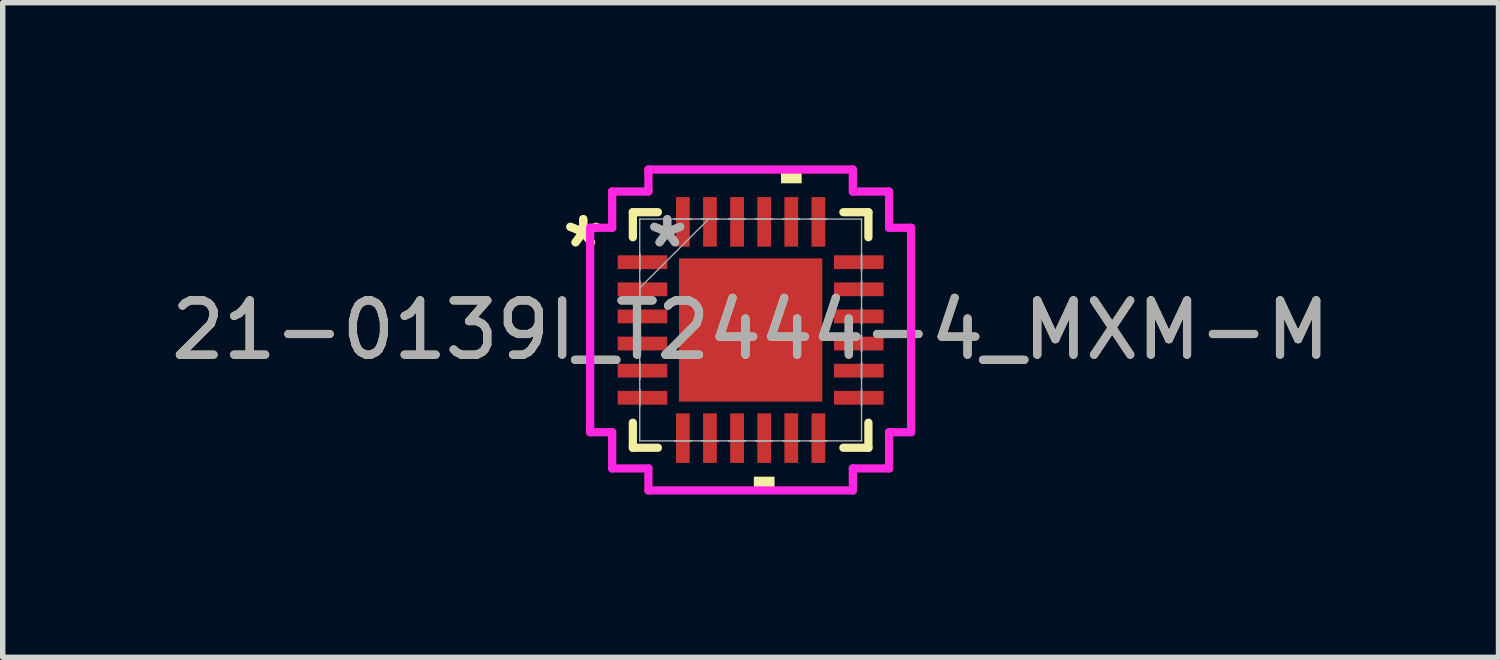
<source format=kicad_pcb>
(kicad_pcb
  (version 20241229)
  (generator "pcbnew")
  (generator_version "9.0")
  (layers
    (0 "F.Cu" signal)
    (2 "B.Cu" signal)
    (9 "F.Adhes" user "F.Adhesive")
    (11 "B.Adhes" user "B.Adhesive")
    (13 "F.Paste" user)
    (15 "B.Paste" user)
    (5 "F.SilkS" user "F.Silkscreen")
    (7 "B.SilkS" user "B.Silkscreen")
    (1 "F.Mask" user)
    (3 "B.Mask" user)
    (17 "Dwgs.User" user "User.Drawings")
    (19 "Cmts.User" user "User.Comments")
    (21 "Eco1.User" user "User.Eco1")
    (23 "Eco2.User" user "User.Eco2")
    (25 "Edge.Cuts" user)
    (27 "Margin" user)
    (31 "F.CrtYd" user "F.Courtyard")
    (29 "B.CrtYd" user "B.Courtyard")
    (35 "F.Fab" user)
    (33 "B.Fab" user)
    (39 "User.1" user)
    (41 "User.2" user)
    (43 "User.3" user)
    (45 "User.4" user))
  (footprint "21-0139I_T2444-4_MXM-M"
    (layer "F.Cu")
    (at 10.792 3.035)
    (property "Reference" "21-0139I_T2444-4_MXM-M" (at 0 0 0) (unlocked yes) (layer "F.SilkS") (effects (font (size 1 1) (thickness 0.15))))
    (attr smd)
    (fp_line (start -2.172 -2.172) (end -2.172 -1.71) (stroke (width 0.152) (type solid)) (layer "F.SilkS"))
    (fp_line (start -2.172 1.71) (end -2.172 2.172) (stroke (width 0.152) (type solid)) (layer "F.SilkS"))
    (fp_line (start -2.172 2.172) (end -1.71 2.172) (stroke (width 0.152) (type solid)) (layer "F.SilkS"))
    (fp_line (start -1.71 -2.172) (end -2.172 -2.172) (stroke (width 0.152) (type solid)) (layer "F.SilkS"))
    (fp_line (start 1.71 2.172) (end 2.172 2.172) (stroke (width 0.152) (type solid)) (layer "F.SilkS"))
    (fp_line (start 2.172 -2.172) (end 1.71 -2.172) (stroke (width 0.152) (type solid)) (layer "F.SilkS"))
    (fp_line (start 2.172 -1.71) (end 2.172 -2.172) (stroke (width 0.152) (type solid)) (layer "F.SilkS"))
    (fp_line (start 2.172 2.172) (end 2.172 1.71) (stroke (width 0.152) (type solid)) (layer "F.SilkS"))
    (fp_poly (pts (xy 0.059 2.705) (xy 0.059 2.959) (xy 0.441 2.959) (xy 0.441 2.705)) (stroke (width 0) (type solid)) (fill yes) (layer "F.SilkS"))
    (fp_poly (pts (xy 0.56 -2.705) (xy 0.56 -2.959) (xy 0.941 -2.959) (xy 0.941 -2.705)) (stroke (width 0) (type solid)) (fill yes) (layer "F.SilkS"))
    (fp_poly (pts (xy -1.221 -1.221) (xy -1.221 -0.1) (xy -0.1 -0.1) (xy -0.1 -1.221)) (stroke (width 0) (type solid)) (fill yes) (layer "F.Paste"))
    (fp_poly (pts (xy -1.221 0.1) (xy -1.221 1.221) (xy -0.1 1.221) (xy -0.1 0.1)) (stroke (width 0) (type solid)) (fill yes) (layer "F.Paste"))
    (fp_poly (pts (xy 0.1 -1.221) (xy 0.1 -0.1) (xy 1.221 -0.1) (xy 1.221 -1.221)) (stroke (width 0) (type solid)) (fill yes) (layer "F.Paste"))
    (fp_poly (pts (xy 0.1 0.1) (xy 0.1 1.221) (xy 1.221 1.221) (xy 1.221 0.1)) (stroke (width 0) (type solid)) (fill yes) (layer "F.Paste"))
    (fp_line (start -2.959 -1.885) (end -2.553 -1.885) (stroke (width 0.152) (type solid)) (layer "F.CrtYd"))
    (fp_line (start -2.959 1.885) (end -2.959 -1.885) (stroke (width 0.152) (type solid)) (layer "F.CrtYd"))
    (fp_line (start -2.553 -2.553) (end -1.885 -2.553) (stroke (width 0.152) (type solid)) (layer "F.CrtYd"))
    (fp_line (start -2.553 -1.885) (end -2.553 -2.553) (stroke (width 0.152) (type solid)) (layer "F.CrtYd"))
    (fp_line (start -2.553 1.885) (end -2.959 1.885) (stroke (width 0.152) (type solid)) (layer "F.CrtYd"))
    (fp_line (start -2.553 2.553) (end -2.553 1.885) (stroke (width 0.152) (type solid)) (layer "F.CrtYd"))
    (fp_line (start -1.885 -2.959) (end 1.885 -2.959) (stroke (width 0.152) (type solid)) (layer "F.CrtYd"))
    (fp_line (start -1.885 -2.553) (end -1.885 -2.959) (stroke (width 0.152) (type solid)) (layer "F.CrtYd"))
    (fp_line (start -1.885 2.553) (end -2.553 2.553) (stroke (width 0.152) (type solid)) (layer "F.CrtYd"))
    (fp_line (start -1.885 2.959) (end -1.885 2.553) (stroke (width 0.152) (type solid)) (layer "F.CrtYd"))
    (fp_line (start 1.885 -2.959) (end 1.885 -2.553) (stroke (width 0.152) (type solid)) (layer "F.CrtYd"))
    (fp_line (start 1.885 -2.553) (end 2.553 -2.553) (stroke (width 0.152) (type solid)) (layer "F.CrtYd"))
    (fp_line (start 1.885 2.553) (end 1.885 2.959) (stroke (width 0.152) (type solid)) (layer "F.CrtYd"))
    (fp_line (start 1.885 2.959) (end -1.885 2.959) (stroke (width 0.152) (type solid)) (layer "F.CrtYd"))
    (fp_line (start 2.553 -2.553) (end 2.553 -1.885) (stroke (width 0.152) (type solid)) (layer "F.CrtYd"))
    (fp_line (start 2.553 -1.885) (end 2.959 -1.885) (stroke (width 0.152) (type solid)) (layer "F.CrtYd"))
    (fp_line (start 2.553 1.885) (end 2.553 2.553) (stroke (width 0.152) (type solid)) (layer "F.CrtYd"))
    (fp_line (start 2.553 2.553) (end 1.885 2.553) (stroke (width 0.152) (type solid)) (layer "F.CrtYd"))
    (fp_line (start 2.959 -1.885) (end 2.959 1.885) (stroke (width 0.152) (type solid)) (layer "F.CrtYd"))
    (fp_line (start 2.959 1.885) (end 2.553 1.885) (stroke (width 0.152) (type solid)) (layer "F.CrtYd"))
    (fp_line (start -2.045 -2.045) (end -2.045 -2.045) (stroke (width 0.025) (type solid)) (layer "F.Fab"))
    (fp_line (start -2.045 -2.045) (end -2.045 2.045) (stroke (width 0.025) (type solid)) (layer "F.Fab"))
    (fp_line (start -2.045 -1.402) (end -2.045 -1.402) (stroke (width 0.025) (type solid)) (layer "F.Fab"))
    (fp_line (start -2.045 -1.402) (end -2.045 -1.098) (stroke (width 0.025) (type solid)) (layer "F.Fab"))
    (fp_line (start -2.045 -1.098) (end -2.045 -1.402) (stroke (width 0.025) (type solid)) (layer "F.Fab"))
    (fp_line (start -2.045 -1.098) (end -2.045 -1.098) (stroke (width 0.025) (type solid)) (layer "F.Fab"))
    (fp_line (start -2.045 -0.902) (end -2.045 -0.902) (stroke (width 0.025) (type solid)) (layer "F.Fab"))
    (fp_line (start -2.045 -0.902) (end -2.045 -0.598) (stroke (width 0.025) (type solid)) (layer "F.Fab"))
    (fp_line (start -2.045 -0.775) (end -0.775 -2.045) (stroke (width 0.025) (type solid)) (layer "F.Fab"))
    (fp_line (start -2.045 -0.598) (end -2.045 -0.902) (stroke (width 0.025) (type solid)) (layer "F.Fab"))
    (fp_line (start -2.045 -0.598) (end -2.045 -0.598) (stroke (width 0.025) (type solid)) (layer "F.Fab"))
    (fp_line (start -2.045 -0.402) (end -2.045 -0.402) (stroke (width 0.025) (type solid)) (layer "F.Fab"))
    (fp_line (start -2.045 -0.402) (end -2.045 -0.098) (stroke (width 0.025) (type solid)) (layer "F.Fab"))
    (fp_line (start -2.045 -0.098) (end -2.045 -0.402) (stroke (width 0.025) (type solid)) (layer "F.Fab"))
    (fp_line (start -2.045 -0.098) (end -2.045 -0.098) (stroke (width 0.025) (type solid)) (layer "F.Fab"))
    (fp_line (start -2.045 0.098) (end -2.045 0.098) (stroke (width 0.025) (type solid)) (layer "F.Fab"))
    (fp_line (start -2.045 0.098) (end -2.045 0.402) (stroke (width 0.025) (type solid)) (layer "F.Fab"))
    (fp_line (start -2.045 0.402) (end -2.045 0.098) (stroke (width 0.025) (type solid)) (layer "F.Fab"))
    (fp_line (start -2.045 0.402) (end -2.045 0.402) (stroke (width 0.025) (type solid)) (layer "F.Fab"))
    (fp_line (start -2.045 0.598) (end -2.045 0.598) (stroke (width 0.025) (type solid)) (layer "F.Fab"))
    (fp_line (start -2.045 0.598) (end -2.045 0.902) (stroke (width 0.025) (type solid)) (layer "F.Fab"))
    (fp_line (start -2.045 0.902) (end -2.045 0.598) (stroke (width 0.025) (type solid)) (layer "F.Fab"))
    (fp_line (start -2.045 0.902) (end -2.045 0.902) (stroke (width 0.025) (type solid)) (layer "F.Fab"))
    (fp_line (start -2.045 1.098) (end -2.045 1.098) (stroke (width 0.025) (type solid)) (layer "F.Fab"))
    (fp_line (start -2.045 1.098) (end -2.045 1.402) (stroke (width 0.025) (type solid)) (layer "F.Fab"))
    (fp_line (start -2.045 1.402) (end -2.045 1.098) (stroke (width 0.025) (type solid)) (layer "F.Fab"))
    (fp_line (start -2.045 1.402) (end -2.045 1.402) (stroke (width 0.025) (type solid)) (layer "F.Fab"))
    (fp_line (start -2.045 2.045) (end -2.045 2.045) (stroke (width 0.025) (type solid)) (layer "F.Fab"))
    (fp_line (start -2.045 2.045) (end 2.045 2.045) (stroke (width 0.025) (type solid)) (layer "F.Fab"))
    (fp_line (start -1.402 -2.045) (end -1.402 -2.045) (stroke (width 0.025) (type solid)) (layer "F.Fab"))
    (fp_line (start -1.402 -2.045) (end -1.098 -2.045) (stroke (width 0.025) (type solid)) (layer "F.Fab"))
    (fp_line (start -1.402 2.045) (end -1.402 2.045) (stroke (width 0.025) (type solid)) (layer "F.Fab"))
    (fp_line (start -1.402 2.045) (end -1.098 2.045) (stroke (width 0.025) (type solid)) (layer "F.Fab"))
    (fp_line (start -1.098 -2.045) (end -1.402 -2.045) (stroke (width 0.025) (type solid)) (layer "F.Fab"))
    (fp_line (start -1.098 -2.045) (end -1.098 -2.045) (stroke (width 0.025) (type solid)) (layer "F.Fab"))
    (fp_line (start -1.098 2.045) (end -1.402 2.045) (stroke (width 0.025) (type solid)) (layer "F.Fab"))
    (fp_line (start -1.098 2.045) (end -1.098 2.045) (stroke (width 0.025) (type solid)) (layer "F.Fab"))
    (fp_line (start -0.902 -2.045) (end -0.902 -2.045) (stroke (width 0.025) (type solid)) (layer "F.Fab"))
    (fp_line (start -0.902 -2.045) (end -0.598 -2.045) (stroke (width 0.025) (type solid)) (layer "F.Fab"))
    (fp_line (start -0.902 2.045) (end -0.902 2.045) (stroke (width 0.025) (type solid)) (layer "F.Fab"))
    (fp_line (start -0.902 2.045) (end -0.598 2.045) (stroke (width 0.025) (type solid)) (layer "F.Fab"))
    (fp_line (start -0.598 -2.045) (end -0.902 -2.045) (stroke (width 0.025) (type solid)) (layer "F.Fab"))
    (fp_line (start -0.598 -2.045) (end -0.598 -2.045) (stroke (width 0.025) (type solid)) (layer "F.Fab"))
    (fp_line (start -0.598 2.045) (end -0.902 2.045) (stroke (width 0.025) (type solid)) (layer "F.Fab"))
    (fp_line (start -0.598 2.045) (end -0.598 2.045) (stroke (width 0.025) (type solid)) (layer "F.Fab"))
    (fp_line (start -0.402 -2.045) (end -0.402 -2.045) (stroke (width 0.025) (type solid)) (layer "F.Fab"))
    (fp_line (start -0.402 -2.045) (end -0.098 -2.045) (stroke (width 0.025) (type solid)) (layer "F.Fab"))
    (fp_line (start -0.402 2.045) (end -0.402 2.045) (stroke (width 0.025) (type solid)) (layer "F.Fab"))
    (fp_line (start -0.402 2.045) (end -0.098 2.045) (stroke (width 0.025) (type solid)) (layer "F.Fab"))
    (fp_line (start -0.098 -2.045) (end -0.402 -2.045) (stroke (width 0.025) (type solid)) (layer "F.Fab"))
    (fp_line (start -0.098 -2.045) (end -0.098 -2.045) (stroke (width 0.025) (type solid)) (layer "F.Fab"))
    (fp_line (start -0.098 2.045) (end -0.402 2.045) (stroke (width 0.025) (type solid)) (layer "F.Fab"))
    (fp_line (start -0.098 2.045) (end -0.098 2.045) (stroke (width 0.025) (type solid)) (layer "F.Fab"))
    (fp_line (start 0.098 -2.045) (end 0.098 -2.045) (stroke (width 0.025) (type solid)) (layer "F.Fab"))
    (fp_line (start 0.098 -2.045) (end 0.402 -2.045) (stroke (width 0.025) (type solid)) (layer "F.Fab"))
    (fp_line (start 0.098 2.045) (end 0.098 2.045) (stroke (width 0.025) (type solid)) (layer "F.Fab"))
    (fp_line (start 0.098 2.045) (end 0.402 2.045) (stroke (width 0.025) (type solid)) (layer "F.Fab"))
    (fp_line (start 0.402 -2.045) (end 0.098 -2.045) (stroke (width 0.025) (type solid)) (layer "F.Fab"))
    (fp_line (start 0.402 -2.045) (end 0.402 -2.045) (stroke (width 0.025) (type solid)) (layer "F.Fab"))
    (fp_line (start 0.402 2.045) (end 0.098 2.045) (stroke (width 0.025) (type solid)) (layer "F.Fab"))
    (fp_line (start 0.402 2.045) (end 0.402 2.045) (stroke (width 0.025) (type solid)) (layer "F.Fab"))
    (fp_line (start 0.598 -2.045) (end 0.598 -2.045) (stroke (width 0.025) (type solid)) (layer "F.Fab"))
    (fp_line (start 0.598 -2.045) (end 0.902 -2.045) (stroke (width 0.025) (type solid)) (layer "F.Fab"))
    (fp_line (start 0.598 2.045) (end 0.598 2.045) (stroke (width 0.025) (type solid)) (layer "F.Fab"))
    (fp_line (start 0.598 2.045) (end 0.902 2.045) (stroke (width 0.025) (type solid)) (layer "F.Fab"))
    (fp_line (start 0.902 -2.045) (end 0.598 -2.045) (stroke (width 0.025) (type solid)) (layer "F.Fab"))
    (fp_line (start 0.902 -2.045) (end 0.902 -2.045) (stroke (width 0.025) (type solid)) (layer "F.Fab"))
    (fp_line (start 0.902 2.045) (end 0.598 2.045) (stroke (width 0.025) (type solid)) (layer "F.Fab"))
    (fp_line (start 0.902 2.045) (end 0.902 2.045) (stroke (width 0.025) (type solid)) (layer "F.Fab"))
    (fp_line (start 1.098 -2.045) (end 1.098 -2.045) (stroke (width 0.025) (type solid)) (layer "F.Fab"))
    (fp_line (start 1.098 -2.045) (end 1.402 -2.045) (stroke (width 0.025) (type solid)) (layer "F.Fab"))
    (fp_line (start 1.098 2.045) (end 1.098 2.045) (stroke (width 0.025) (type solid)) (layer "F.Fab"))
    (fp_line (start 1.098 2.045) (end 1.402 2.045) (stroke (width 0.025) (type solid)) (layer "F.Fab"))
    (fp_line (start 1.402 -2.045) (end 1.098 -2.045) (stroke (width 0.025) (type solid)) (layer "F.Fab"))
    (fp_line (start 1.402 -2.045) (end 1.402 -2.045) (stroke (width 0.025) (type solid)) (layer "F.Fab"))
    (fp_line (start 1.402 2.045) (end 1.098 2.045) (stroke (width 0.025) (type solid)) (layer "F.Fab"))
    (fp_line (start 1.402 2.045) (end 1.402 2.045) (stroke (width 0.025) (type solid)) (layer "F.Fab"))
    (fp_line (start 2.045 -2.045) (end -2.045 -2.045) (stroke (width 0.025) (type solid)) (layer "F.Fab"))
    (fp_line (start 2.045 -2.045) (end 2.045 -2.045) (stroke (width 0.025) (type solid)) (layer "F.Fab"))
    (fp_line (start 2.045 -1.402) (end 2.045 -1.402) (stroke (width 0.025) (type solid)) (layer "F.Fab"))
    (fp_line (start 2.045 -1.402) (end 2.045 -1.098) (stroke (width 0.025) (type solid)) (layer "F.Fab"))
    (fp_line (start 2.045 -1.098) (end 2.045 -1.402) (stroke (width 0.025) (type solid)) (layer "F.Fab"))
    (fp_line (start 2.045 -1.098) (end 2.045 -1.098) (stroke (width 0.025) (type solid)) (layer "F.Fab"))
    (fp_line (start 2.045 -0.902) (end 2.045 -0.902) (stroke (width 0.025) (type solid)) (layer "F.Fab"))
    (fp_line (start 2.045 -0.902) (end 2.045 -0.598) (stroke (width 0.025) (type solid)) (layer "F.Fab"))
    (fp_line (start 2.045 -0.598) (end 2.045 -0.902) (stroke (width 0.025) (type solid)) (layer "F.Fab"))
    (fp_line (start 2.045 -0.598) (end 2.045 -0.598) (stroke (width 0.025) (type solid)) (layer "F.Fab"))
    (fp_line (start 2.045 -0.402) (end 2.045 -0.402) (stroke (width 0.025) (type solid)) (layer "F.Fab"))
    (fp_line (start 2.045 -0.402) (end 2.045 -0.098) (stroke (width 0.025) (type solid)) (layer "F.Fab"))
    (fp_line (start 2.045 -0.098) (end 2.045 -0.402) (stroke (width 0.025) (type solid)) (layer "F.Fab"))
    (fp_line (start 2.045 -0.098) (end 2.045 -0.098) (stroke (width 0.025) (type solid)) (layer "F.Fab"))
    (fp_line (start 2.045 0.098) (end 2.045 0.098) (stroke (width 0.025) (type solid)) (layer "F.Fab"))
    (fp_line (start 2.045 0.098) (end 2.045 0.402) (stroke (width 0.025) (type solid)) (layer "F.Fab"))
    (fp_line (start 2.045 0.402) (end 2.045 0.098) (stroke (width 0.025) (type solid)) (layer "F.Fab"))
    (fp_line (start 2.045 0.402) (end 2.045 0.402) (stroke (width 0.025) (type solid)) (layer "F.Fab"))
    (fp_line (start 2.045 0.598) (end 2.045 0.598) (stroke (width 0.025) (type solid)) (layer "F.Fab"))
    (fp_line (start 2.045 0.598) (end 2.045 0.902) (stroke (width 0.025) (type solid)) (layer "F.Fab"))
    (fp_line (start 2.045 0.902) (end 2.045 0.598) (stroke (width 0.025) (type solid)) (layer "F.Fab"))
    (fp_line (start 2.045 0.902) (end 2.045 0.902) (stroke (width 0.025) (type solid)) (layer "F.Fab"))
    (fp_line (start 2.045 1.098) (end 2.045 1.098) (stroke (width 0.025) (type solid)) (layer "F.Fab"))
    (fp_line (start 2.045 1.098) (end 2.045 1.402) (stroke (width 0.025) (type solid)) (layer "F.Fab"))
    (fp_line (start 2.045 1.402) (end 2.045 1.098) (stroke (width 0.025) (type solid)) (layer "F.Fab"))
    (fp_line (start 2.045 1.402) (end 2.045 1.402) (stroke (width 0.025) (type solid)) (layer "F.Fab"))
    (fp_line (start 2.045 2.045) (end 2.045 -2.045) (stroke (width 0.025) (type solid)) (layer "F.Fab"))
    (fp_line (start 2.045 2.045) (end 2.045 2.045) (stroke (width 0.025) (type solid)) (layer "F.Fab"))
    (fp_text user "*" (at -3.086 -1.5 0) (layer "F.SilkS") (effects (font (size 1 1) (thickness 0.15))))
    (fp_text user "*" (at -3.086 -1.5 0) (unlocked yes) (layer "F.SilkS") (effects (font (size 1 1) (thickness 0.15))))
    (fp_text user "*" (at -1.537 -1.5 0) (unlocked yes) (layer "F.Fab") (effects (font (size 1 1) (thickness 0.15))))
    (fp_text user "${REFERENCE}" (at 0 0 0) (unlocked yes) (layer "F.Fab") (effects (font (size 1 1) (thickness 0.15))))
    (fp_text user "*" (at -1.537 -1.5 0) (layer "F.Fab") (effects (font (size 1 1) (thickness 0.15))))
    (pad "1" smd rect (at -1.994 -1.25 90) (size 0.254 0.914) (layers "F.Cu" "F.Mask" "F.Paste"))
    (pad "2" smd rect (at -1.994 -0.75 90) (size 0.254 0.914) (layers "F.Cu" "F.Mask" "F.Paste"))
    (pad "3" smd rect (at -1.994 -0.25 90) (size 0.254 0.914) (layers "F.Cu" "F.Mask" "F.Paste"))
    (pad "4" smd rect (at -1.994 0.25 90) (size 0.254 0.914) (layers "F.Cu" "F.Mask" "F.Paste"))
    (pad "5" smd rect (at -1.994 0.75 90) (size 0.254 0.914) (layers "F.Cu" "F.Mask" "F.Paste"))
    (pad "6" smd rect (at -1.994 1.25 90) (size 0.254 0.914) (layers "F.Cu" "F.Mask" "F.Paste"))
    (pad "7" smd rect (at -1.25 1.994) (size 0.254 0.914) (layers "F.Cu" "F.Mask" "F.Paste"))
    (pad "8" smd rect (at -0.75 1.994) (size 0.254 0.914) (layers "F.Cu" "F.Mask" "F.Paste"))
    (pad "9" smd rect (at -0.25 1.994) (size 0.254 0.914) (layers "F.Cu" "F.Mask" "F.Paste"))
    (pad "10" smd rect (at 0.25 1.994) (size 0.254 0.914) (layers "F.Cu" "F.Mask" "F.Paste"))
    (pad "11" smd rect (at 0.75 1.994) (size 0.254 0.914) (layers "F.Cu" "F.Mask" "F.Paste"))
    (pad "12" smd rect (at 1.25 1.994) (size 0.254 0.914) (layers "F.Cu" "F.Mask" "F.Paste"))
    (pad "13" smd rect (at 1.994 1.25 90) (size 0.254 0.914) (layers "F.Cu" "F.Mask" "F.Paste"))
    (pad "14" smd rect (at 1.994 0.75 90) (size 0.254 0.914) (layers "F.Cu" "F.Mask" "F.Paste"))
    (pad "15" smd rect (at 1.994 0.25 90) (size 0.254 0.914) (layers "F.Cu" "F.Mask" "F.Paste"))
    (pad "16" smd rect (at 1.994 -0.25 90) (size 0.254 0.914) (layers "F.Cu" "F.Mask" "F.Paste"))
    (pad "17" smd rect (at 1.994 -0.75 90) (size 0.254 0.914) (layers "F.Cu" "F.Mask" "F.Paste"))
    (pad "18" smd rect (at 1.994 -1.25 90) (size 0.254 0.914) (layers "F.Cu" "F.Mask" "F.Paste"))
    (pad "19" smd rect (at 1.25 -1.994) (size 0.254 0.914) (layers "F.Cu" "F.Mask" "F.Paste"))
    (pad "20" smd rect (at 0.75 -1.994) (size 0.254 0.914) (layers "F.Cu" "F.Mask" "F.Paste"))
    (pad "21" smd rect (at 0.25 -1.994) (size 0.254 0.914) (layers "F.Cu" "F.Mask" "F.Paste"))
    (pad "22" smd rect (at -0.25 -1.994) (size 0.254 0.914) (layers "F.Cu" "F.Mask" "F.Paste"))
    (pad "23" smd rect (at -0.75 -1.994) (size 0.254 0.914) (layers "F.Cu" "F.Mask" "F.Paste"))
    (pad "24" smd rect (at -1.25 -1.994) (size 0.254 0.914) (layers "F.Cu" "F.Mask" "F.Paste"))
    (pad "25" smd rect (at 0 0) (size 2.642 2.642) (layers "F.Cu" "F.Mask" "F.Paste")))
  (gr_rect
    (start -3 -3)
    (end 24.583 9.071)
    (stroke (width 0.1) (type default))
    (fill no)
    (layer "Edge.Cuts")))
</source>
